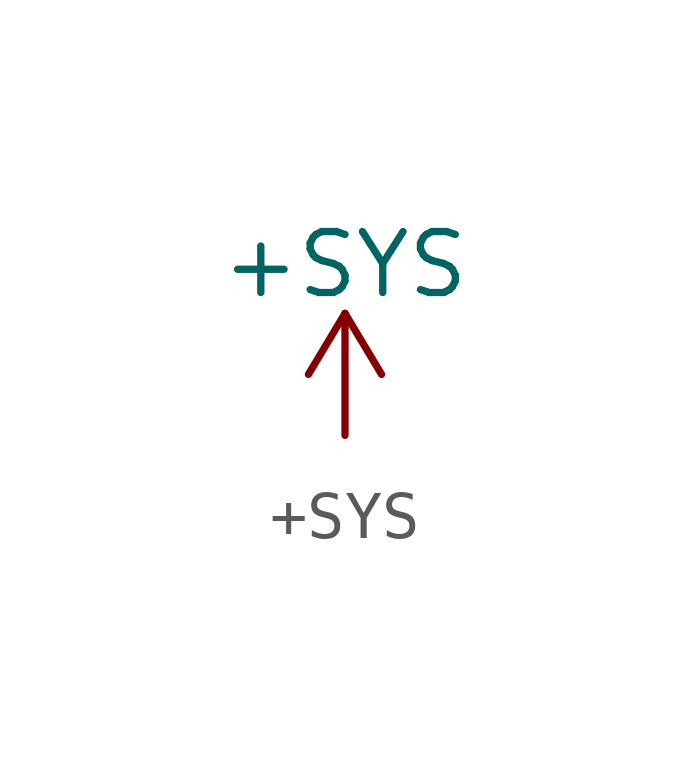
<source format=kicad_sym>
(kicad_symbol_lib
  (version 20210619)
  (generator kicad_symbol_editor)
  (symbol "Sitina:+SYS"
    (power)
    (pin_names
      (offset 0))
    (property "Reference" "#PWR"
      (at 0 -3.81 0)
      (effects (font (size 1.27 1.27)) hide))
    (property "Value" "+SYS"
      (at 0 3.556 0)
      (effects (font (size 1.27 1.27))))
    (symbol "+SYS_0_1"
      (polyline (pts (xy -0.762 1.27) (xy 0 2.54)) (stroke (width 0)) (fill (type none)))
      (polyline (pts (xy 0 0) (xy 0 2.54)) (stroke (width 0)) (fill (type none)))
      (polyline (pts (xy 0 2.54) (xy 0.762 1.27)) (stroke (width 0)) (fill (type none))))
    (symbol "+SYS_1_1"
      (pin power_in line (at 0 0 90) (length 0) hide (name "+SYS" (effects (font (size 1.27 1.27)))) (number "1" (effects (font (size 1.27 1.27))))))))
</source>
